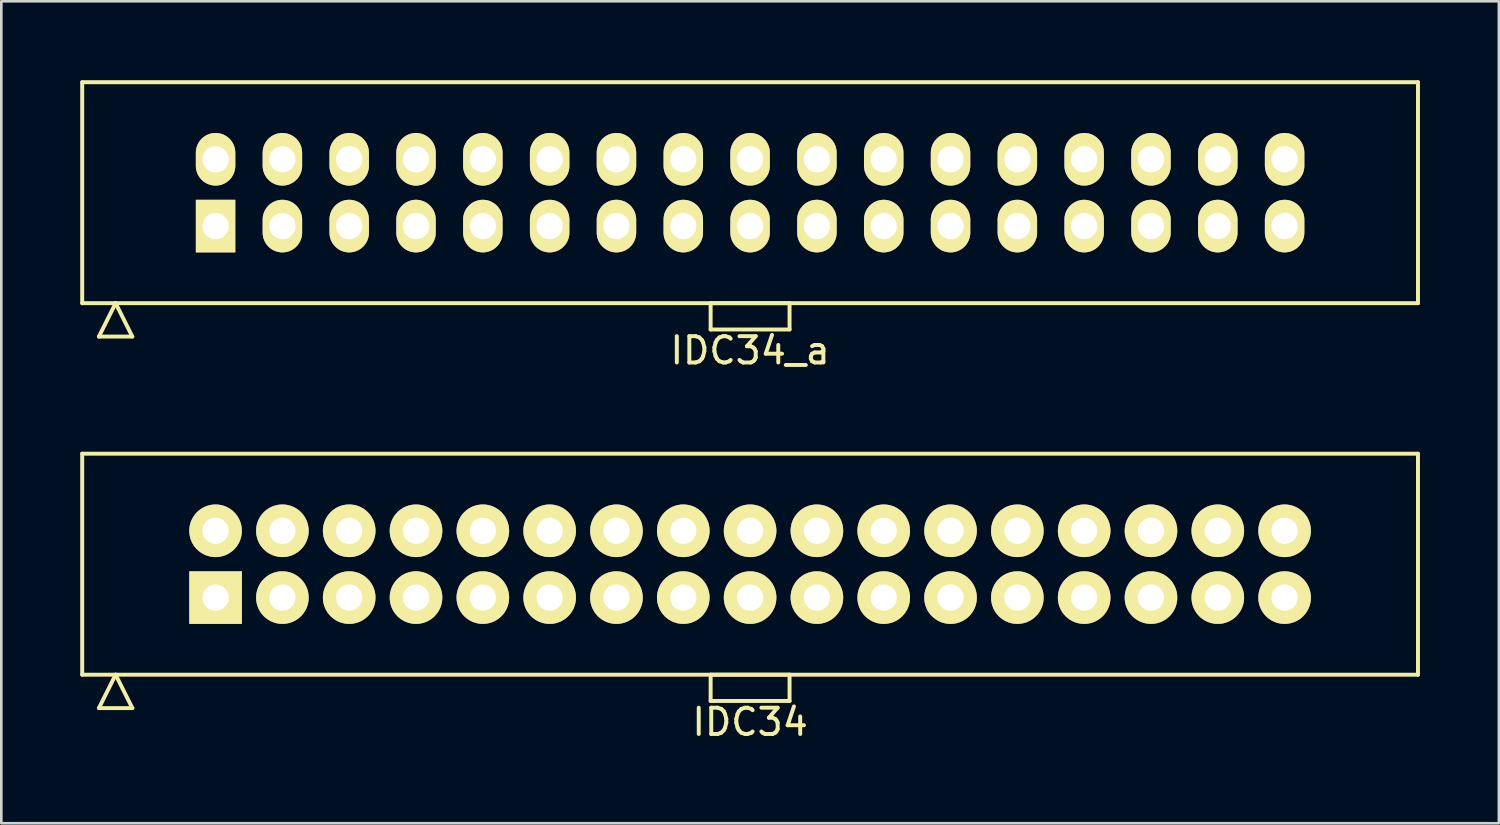
<source format=kicad_pcb>
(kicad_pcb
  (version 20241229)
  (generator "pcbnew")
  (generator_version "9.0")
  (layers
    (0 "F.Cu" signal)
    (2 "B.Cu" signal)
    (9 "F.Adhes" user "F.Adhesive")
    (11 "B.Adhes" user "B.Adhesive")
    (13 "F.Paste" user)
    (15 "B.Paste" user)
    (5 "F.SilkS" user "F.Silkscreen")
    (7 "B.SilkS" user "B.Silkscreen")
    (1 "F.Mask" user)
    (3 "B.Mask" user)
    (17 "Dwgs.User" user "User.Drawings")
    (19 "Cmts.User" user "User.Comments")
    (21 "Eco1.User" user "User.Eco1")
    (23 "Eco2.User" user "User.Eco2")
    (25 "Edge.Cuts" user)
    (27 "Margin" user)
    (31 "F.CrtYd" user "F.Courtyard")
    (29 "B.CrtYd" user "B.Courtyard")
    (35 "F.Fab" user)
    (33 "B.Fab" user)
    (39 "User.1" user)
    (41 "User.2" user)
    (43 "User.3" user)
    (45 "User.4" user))
  (footprint "IDC34"
    (layer "F.Cu")
    (at 25.465 18.398)
    (property "Reference" "IDC34" (at 0 6 0) (layer "F.SilkS") (effects (font (size 1 1) (thickness 0.15))))
    (attr through_hole)
    (fp_line (start -25.39 -4.2) (end -25.39 4.2) (stroke (width 0.15) (type solid)) (layer "F.SilkS"))
    (fp_line (start -25.39 4.2) (end 25.39 4.2) (stroke (width 0.15) (type solid)) (layer "F.SilkS"))
    (fp_line (start -24.755 5.47) (end -24.12 4.2) (stroke (width 0.15) (type solid)) (layer "F.SilkS"))
    (fp_line (start -24.755 5.47) (end -23.485 5.47) (stroke (width 0.15) (type solid)) (layer "F.SilkS"))
    (fp_line (start -23.485 5.47) (end -24.12 4.2) (stroke (width 0.15) (type solid)) (layer "F.SilkS"))
    (fp_line (start -1.5 4.2) (end -1.5 5.2) (stroke (width 0.15) (type solid)) (layer "F.SilkS"))
    (fp_line (start -1.5 5.2) (end 1.5 5.2) (stroke (width 0.15) (type solid)) (layer "F.SilkS"))
    (fp_line (start 1.5 4.2) (end -1.5 4.2) (stroke (width 0.15) (type solid)) (layer "F.SilkS"))
    (fp_line (start 1.5 5.2) (end 1.5 4.2) (stroke (width 0.15) (type solid)) (layer "F.SilkS"))
    (fp_line (start 25.39 -4.2) (end -25.39 -4.2) (stroke (width 0.15) (type solid)) (layer "F.SilkS"))
    (fp_line (start 25.39 4.2) (end 25.39 -4.2) (stroke (width 0.15) (type solid)) (layer "F.SilkS"))
    (pad "1" thru_hole rect (at -20.32 1.27) (size 2 2) (drill 1) (layers "*.Cu" "*.Mask" "F.SilkS"))
    (pad "2" thru_hole oval (at -20.32 -1.27) (size 2 2) (drill 1) (layers "*.Cu" "*.Mask" "F.SilkS"))
    (pad "3" thru_hole oval (at -17.78 1.27) (size 2 2) (drill 1) (layers "*.Cu" "*.Mask" "F.SilkS"))
    (pad "4" thru_hole oval (at -17.78 -1.27) (size 2 2) (drill 1) (layers "*.Cu" "*.Mask" "F.SilkS"))
    (pad "5" thru_hole oval (at -15.24 1.27) (size 2 2) (drill 1) (layers "*.Cu" "*.Mask" "F.SilkS"))
    (pad "6" thru_hole oval (at -15.24 -1.27) (size 2 2) (drill 1) (layers "*.Cu" "*.Mask" "F.SilkS"))
    (pad "7" thru_hole oval (at -12.7 1.27) (size 2 2) (drill 1) (layers "*.Cu" "*.Mask" "F.SilkS"))
    (pad "8" thru_hole oval (at -12.7 -1.27) (size 2 2) (drill 1) (layers "*.Cu" "*.Mask" "F.SilkS"))
    (pad "9" thru_hole oval (at -10.16 1.27) (size 2 2) (drill 1) (layers "*.Cu" "*.Mask" "F.SilkS"))
    (pad "10" thru_hole oval (at -10.16 -1.27) (size 2 2) (drill 1) (layers "*.Cu" "*.Mask" "F.SilkS"))
    (pad "11" thru_hole oval (at -7.62 1.27) (size 2 2) (drill 1) (layers "*.Cu" "*.Mask" "F.SilkS"))
    (pad "12" thru_hole oval (at -7.62 -1.27) (size 2 2) (drill 1) (layers "*.Cu" "*.Mask" "F.SilkS"))
    (pad "13" thru_hole oval (at -5.08 1.27) (size 2 2) (drill 1) (layers "*.Cu" "*.Mask" "F.SilkS"))
    (pad "14" thru_hole oval (at -5.08 -1.27) (size 2 2) (drill 1) (layers "*.Cu" "*.Mask" "F.SilkS"))
    (pad "15" thru_hole oval (at -2.54 1.27) (size 2 2) (drill 1) (layers "*.Cu" "*.Mask" "F.SilkS"))
    (pad "16" thru_hole oval (at -2.54 -1.27) (size 2 2) (drill 1) (layers "*.Cu" "*.Mask" "F.SilkS"))
    (pad "17" thru_hole oval (at 0 1.27) (size 2 2) (drill 1) (layers "*.Cu" "*.Mask" "F.SilkS"))
    (pad "18" thru_hole oval (at 0 -1.27) (size 2 2) (drill 1) (layers "*.Cu" "*.Mask" "F.SilkS"))
    (pad "19" thru_hole oval (at 2.54 1.27) (size 2 2) (drill 1) (layers "*.Cu" "*.Mask" "F.SilkS"))
    (pad "20" thru_hole oval (at 2.54 -1.27) (size 2 2) (drill 1) (layers "*.Cu" "*.Mask" "F.SilkS"))
    (pad "21" thru_hole oval (at 5.08 1.27) (size 2 2) (drill 1) (layers "*.Cu" "*.Mask" "F.SilkS"))
    (pad "22" thru_hole oval (at 5.08 -1.27) (size 2 2) (drill 1) (layers "*.Cu" "*.Mask" "F.SilkS"))
    (pad "23" thru_hole oval (at 7.62 1.27) (size 2 2) (drill 1) (layers "*.Cu" "*.Mask" "F.SilkS"))
    (pad "24" thru_hole oval (at 7.62 -1.27) (size 2 2) (drill 1) (layers "*.Cu" "*.Mask" "F.SilkS"))
    (pad "25" thru_hole oval (at 10.16 1.27) (size 2 2) (drill 1) (layers "*.Cu" "*.Mask" "F.SilkS"))
    (pad "26" thru_hole oval (at 10.16 -1.27) (size 2 2) (drill 1) (layers "*.Cu" "*.Mask" "F.SilkS"))
    (pad "27" thru_hole oval (at 12.7 1.27) (size 2 2) (drill 1) (layers "*.Cu" "*.Mask" "F.SilkS"))
    (pad "28" thru_hole oval (at 12.7 -1.27) (size 2 2) (drill 1) (layers "*.Cu" "*.Mask" "F.SilkS"))
    (pad "29" thru_hole oval (at 15.24 1.27) (size 2 2) (drill 1) (layers "*.Cu" "*.Mask" "F.SilkS"))
    (pad "30" thru_hole oval (at 15.24 -1.27) (size 2 2) (drill 1) (layers "*.Cu" "*.Mask" "F.SilkS"))
    (pad "31" thru_hole oval (at 17.78 1.27) (size 2 2) (drill 1) (layers "*.Cu" "*.Mask" "F.SilkS"))
    (pad "32" thru_hole oval (at 17.78 -1.27) (size 2 2) (drill 1) (layers "*.Cu" "*.Mask" "F.SilkS"))
    (pad "33" thru_hole oval (at 20.32 1.27) (size 2 2) (drill 1) (layers "*.Cu" "*.Mask" "F.SilkS"))
    (pad "34" thru_hole oval (at 20.32 -1.27) (size 2 2) (drill 1) (layers "*.Cu" "*.Mask" "F.SilkS")))
  (footprint "IDC34_a"
    (layer "F.Cu")
    (at 25.465 4.275)
    (property "Reference" "IDC34_a" (at 0 6 0) (layer "F.SilkS") (effects (font (size 1 1) (thickness 0.15))))
    (attr through_hole)
    (fp_line (start -25.39 -4.2) (end -25.39 4.2) (stroke (width 0.15) (type solid)) (layer "F.SilkS"))
    (fp_line (start -25.39 4.2) (end 25.39 4.2) (stroke (width 0.15) (type solid)) (layer "F.SilkS"))
    (fp_line (start -24.755 5.47) (end -24.12 4.2) (stroke (width 0.15) (type solid)) (layer "F.SilkS"))
    (fp_line (start -24.755 5.47) (end -23.485 5.47) (stroke (width 0.15) (type solid)) (layer "F.SilkS"))
    (fp_line (start -23.485 5.47) (end -24.12 4.2) (stroke (width 0.15) (type solid)) (layer "F.SilkS"))
    (fp_line (start -1.5 4.2) (end -1.5 5.2) (stroke (width 0.15) (type solid)) (layer "F.SilkS"))
    (fp_line (start -1.5 5.2) (end 1.5 5.2) (stroke (width 0.15) (type solid)) (layer "F.SilkS"))
    (fp_line (start 1.5 4.2) (end -1.5 4.2) (stroke (width 0.15) (type solid)) (layer "F.SilkS"))
    (fp_line (start 1.5 5.2) (end 1.5 4.2) (stroke (width 0.15) (type solid)) (layer "F.SilkS"))
    (fp_line (start 25.39 -4.2) (end -25.39 -4.2) (stroke (width 0.15) (type solid)) (layer "F.SilkS"))
    (fp_line (start 25.39 4.2) (end 25.39 -4.2) (stroke (width 0.15) (type solid)) (layer "F.SilkS"))
    (pad "1" thru_hole rect (at -20.32 1.27) (size 1.5 2) (drill 1) (layers "*.Cu" "*.Mask" "F.SilkS"))
    (pad "2" thru_hole oval (at -20.32 -1.27) (size 1.5 2) (drill 1) (layers "*.Cu" "*.Mask" "F.SilkS"))
    (pad "3" thru_hole oval (at -17.78 1.27) (size 1.5 2) (drill 1) (layers "*.Cu" "*.Mask" "F.SilkS"))
    (pad "4" thru_hole oval (at -17.78 -1.27) (size 1.5 2) (drill 1) (layers "*.Cu" "*.Mask" "F.SilkS"))
    (pad "5" thru_hole oval (at -15.24 1.27) (size 1.5 2) (drill 1) (layers "*.Cu" "*.Mask" "F.SilkS"))
    (pad "6" thru_hole oval (at -15.24 -1.27) (size 1.5 2) (drill 1) (layers "*.Cu" "*.Mask" "F.SilkS"))
    (pad "7" thru_hole oval (at -12.7 1.27) (size 1.5 2) (drill 1) (layers "*.Cu" "*.Mask" "F.SilkS"))
    (pad "8" thru_hole oval (at -12.7 -1.27) (size 1.5 2) (drill 1) (layers "*.Cu" "*.Mask" "F.SilkS"))
    (pad "9" thru_hole oval (at -10.16 1.27) (size 1.5 2) (drill 1) (layers "*.Cu" "*.Mask" "F.SilkS"))
    (pad "10" thru_hole oval (at -10.16 -1.27) (size 1.5 2) (drill 1) (layers "*.Cu" "*.Mask" "F.SilkS"))
    (pad "11" thru_hole oval (at -7.62 1.27) (size 1.5 2) (drill 1) (layers "*.Cu" "*.Mask" "F.SilkS"))
    (pad "12" thru_hole oval (at -7.62 -1.27) (size 1.5 2) (drill 1) (layers "*.Cu" "*.Mask" "F.SilkS"))
    (pad "13" thru_hole oval (at -5.08 1.27) (size 1.5 2) (drill 1) (layers "*.Cu" "*.Mask" "F.SilkS"))
    (pad "14" thru_hole oval (at -5.08 -1.27) (size 1.5 2) (drill 1) (layers "*.Cu" "*.Mask" "F.SilkS"))
    (pad "15" thru_hole oval (at -2.54 1.27) (size 1.5 2) (drill 1) (layers "*.Cu" "*.Mask" "F.SilkS"))
    (pad "16" thru_hole oval (at -2.54 -1.27) (size 1.5 2) (drill 1) (layers "*.Cu" "*.Mask" "F.SilkS"))
    (pad "17" thru_hole oval (at 0 1.27) (size 1.5 2) (drill 1) (layers "*.Cu" "*.Mask" "F.SilkS"))
    (pad "18" thru_hole oval (at 0 -1.27) (size 1.5 2) (drill 1) (layers "*.Cu" "*.Mask" "F.SilkS"))
    (pad "19" thru_hole oval (at 2.54 1.27) (size 1.5 2) (drill 1) (layers "*.Cu" "*.Mask" "F.SilkS"))
    (pad "20" thru_hole oval (at 2.54 -1.27) (size 1.5 2) (drill 1) (layers "*.Cu" "*.Mask" "F.SilkS"))
    (pad "21" thru_hole oval (at 5.08 1.27) (size 1.5 2) (drill 1) (layers "*.Cu" "*.Mask" "F.SilkS"))
    (pad "22" thru_hole oval (at 5.08 -1.27) (size 1.5 2) (drill 1) (layers "*.Cu" "*.Mask" "F.SilkS"))
    (pad "23" thru_hole oval (at 7.62 1.27) (size 1.5 2) (drill 1) (layers "*.Cu" "*.Mask" "F.SilkS"))
    (pad "24" thru_hole oval (at 7.62 -1.27) (size 1.5 2) (drill 1) (layers "*.Cu" "*.Mask" "F.SilkS"))
    (pad "25" thru_hole oval (at 10.16 1.27) (size 1.5 2) (drill 1) (layers "*.Cu" "*.Mask" "F.SilkS"))
    (pad "26" thru_hole oval (at 10.16 -1.27) (size 1.5 2) (drill 1) (layers "*.Cu" "*.Mask" "F.SilkS"))
    (pad "27" thru_hole oval (at 12.7 1.27) (size 1.5 2) (drill 1) (layers "*.Cu" "*.Mask" "F.SilkS"))
    (pad "28" thru_hole oval (at 12.7 -1.27) (size 1.5 2) (drill 1) (layers "*.Cu" "*.Mask" "F.SilkS"))
    (pad "29" thru_hole oval (at 15.24 1.27) (size 1.5 2) (drill 1) (layers "*.Cu" "*.Mask" "F.SilkS"))
    (pad "30" thru_hole oval (at 15.24 -1.27) (size 1.5 2) (drill 1) (layers "*.Cu" "*.Mask" "F.SilkS"))
    (pad "31" thru_hole oval (at 17.78 1.27) (size 1.5 2) (drill 1) (layers "*.Cu" "*.Mask" "F.SilkS"))
    (pad "32" thru_hole oval (at 17.78 -1.27) (size 1.5 2) (drill 1) (layers "*.Cu" "*.Mask" "F.SilkS"))
    (pad "33" thru_hole oval (at 20.32 1.27) (size 1.5 2) (drill 1) (layers "*.Cu" "*.Mask" "F.SilkS"))
    (pad "34" thru_hole oval (at 20.32 -1.27) (size 1.5 2) (drill 1) (layers "*.Cu" "*.Mask" "F.SilkS")))
  (gr_rect
    (start -3 -3)
    (end 53.93 28.247)
    (stroke (width 0.1) (type default))
    (fill no)
    (layer "Edge.Cuts")))
</source>
